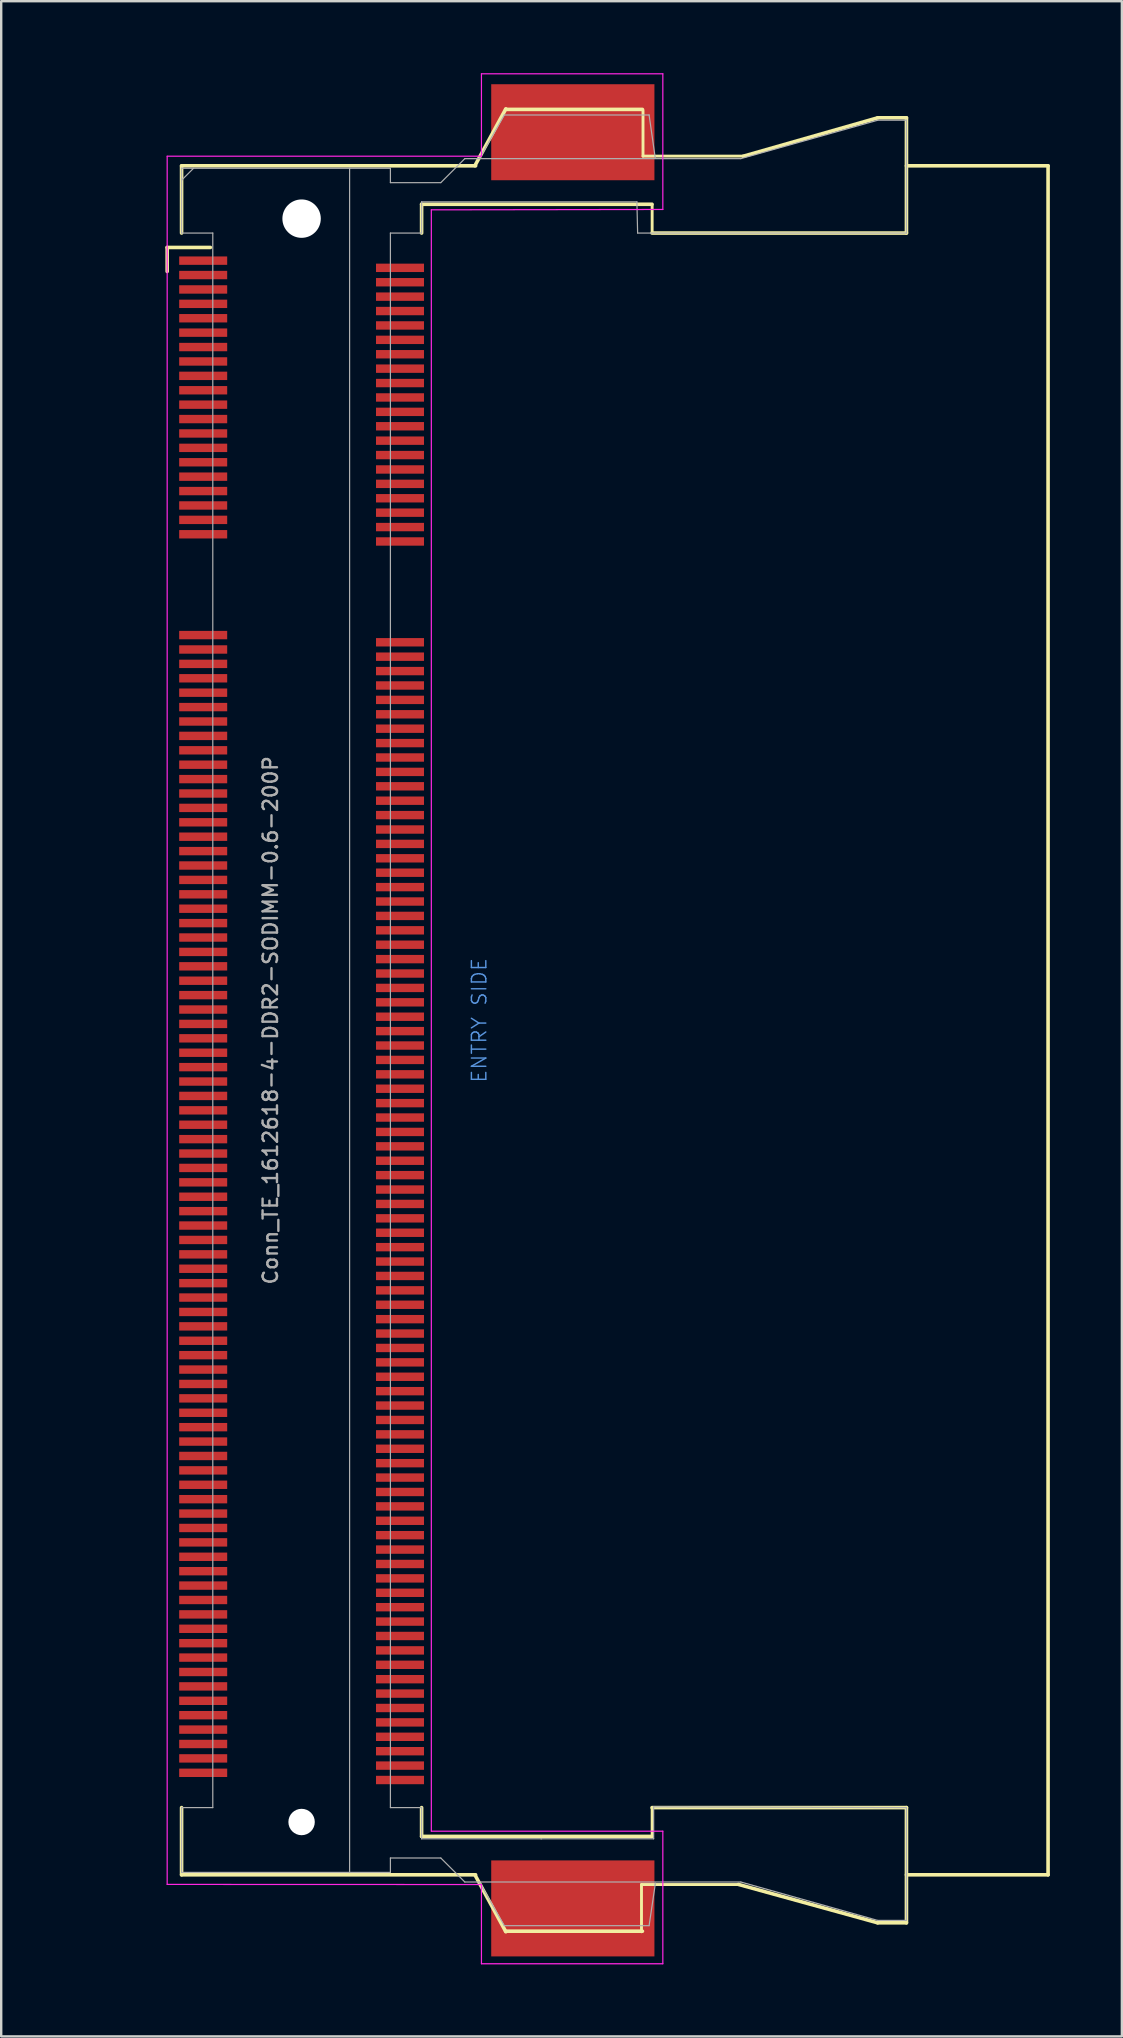
<source format=kicad_pcb>
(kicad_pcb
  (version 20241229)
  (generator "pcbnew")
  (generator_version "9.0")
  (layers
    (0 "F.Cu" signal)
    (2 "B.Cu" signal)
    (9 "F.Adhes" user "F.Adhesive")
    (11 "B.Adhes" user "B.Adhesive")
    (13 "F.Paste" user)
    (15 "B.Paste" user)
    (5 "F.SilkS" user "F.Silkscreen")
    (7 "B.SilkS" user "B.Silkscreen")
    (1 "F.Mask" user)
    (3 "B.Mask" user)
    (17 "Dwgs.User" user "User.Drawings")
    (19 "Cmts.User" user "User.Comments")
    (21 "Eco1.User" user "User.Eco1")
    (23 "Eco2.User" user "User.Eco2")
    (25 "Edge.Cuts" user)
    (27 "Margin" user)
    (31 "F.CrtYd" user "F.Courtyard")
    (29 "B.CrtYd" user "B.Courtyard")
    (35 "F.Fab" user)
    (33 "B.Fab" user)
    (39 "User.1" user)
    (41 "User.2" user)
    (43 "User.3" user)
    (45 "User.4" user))
  (footprint "Conn_TE_1612618-4-DDR2-SODIMM-0.6-200P"
    (layer "F.Cu")
    (at 9.515 39.459)
    (property "Reference" "Conn_TE_1612618-4-DDR2-SODIMM-0.6-200P" (at -1.298 0 90) (layer "F.Fab") (effects (font (size 0.6 0.6) (thickness 0.1))))
    (attr through_hole)
    (fp_line (start -5.6 -32.2) (end -3.8 -32.2) (stroke (width 0.15) (type solid)) (layer "F.SilkS"))
    (fp_line (start -5.6 -31.2) (end -5.6 -32.2) (stroke (width 0.15) (type solid)) (layer "F.SilkS"))
    (fp_line (start -5 -35.6) (end 7.25 -35.6) (stroke (width 0.15) (type solid)) (layer "F.SilkS"))
    (fp_line (start -5 -32.8) (end -5 -35.6) (stroke (width 0.15) (type solid)) (layer "F.SilkS"))
    (fp_line (start -5 32.8) (end -5 35.6) (stroke (width 0.15) (type solid)) (layer "F.SilkS"))
    (fp_line (start -5 35.6) (end 7.25 35.6) (stroke (width 0.15) (type solid)) (layer "F.SilkS"))
    (fp_line (start 5 -34) (end 14.6 -34) (stroke (width 0.15) (type solid)) (layer "F.SilkS"))
    (fp_line (start 5 -32.8) (end 5 -34) (stroke (width 0.15) (type solid)) (layer "F.SilkS"))
    (fp_line (start 5 34) (end 5 32.8) (stroke (width 0.15) (type solid)) (layer "F.SilkS"))
    (fp_line (start 7.22 -35.605) (end 8.509 -37.973) (stroke (width 0.15) (type solid)) (layer "F.SilkS"))
    (fp_line (start 7.22 35.6) (end 8.509 37.973) (stroke (width 0.15) (type solid)) (layer "F.SilkS"))
    (fp_line (start 8.5 -37.95) (end 14.2 -37.95) (stroke (width 0.15) (type solid)) (layer "F.SilkS"))
    (fp_line (start 8.5 37.95) (end 14.2 37.95) (stroke (width 0.15) (type solid)) (layer "F.SilkS"))
    (fp_line (start 14.161 36.005) (end 14.161 37.973) (stroke (width 0.12) (type solid)) (layer "F.SilkS"))
    (fp_line (start 14.224 -36.005) (end 14.224 -37.91) (stroke (width 0.12) (type solid)) (layer "F.SilkS"))
    (fp_line (start 14.6 -32.8) (end 25.2 -32.8) (stroke (width 0.15) (type solid)) (layer "F.SilkS"))
    (fp_line (start 14.6 32.8) (end 25.2 32.8) (stroke (width 0.15) (type solid)) (layer "F.SilkS"))
    (fp_line (start 14.6 34) (end 5 34) (stroke (width 0.15) (type solid)) (layer "F.SilkS"))
    (fp_line (start 14.605 -33.972) (end 14.605 -32.83) (stroke (width 0.12) (type solid)) (layer "F.SilkS"))
    (fp_line (start 14.605 32.83) (end 14.605 33.972) (stroke (width 0.12) (type solid)) (layer "F.SilkS"))
    (fp_line (start 18.161 36.005) (end 14.161 36.005) (stroke (width 0.12) (type solid)) (layer "F.SilkS"))
    (fp_line (start 18.2 36) (end 24 37.6) (stroke (width 0.15) (type solid)) (layer "F.SilkS"))
    (fp_line (start 18.4 -36) (end 24 -37.6) (stroke (width 0.15) (type solid)) (layer "F.SilkS"))
    (fp_line (start 18.415 -36.005) (end 14.224 -36.005) (stroke (width 0.12) (type solid)) (layer "F.SilkS"))
    (fp_line (start 24 -37.6) (end 25.2 -37.6) (stroke (width 0.15) (type solid)) (layer "F.SilkS"))
    (fp_line (start 24 37.6) (end 25.2 37.6) (stroke (width 0.15) (type solid)) (layer "F.SilkS"))
    (fp_line (start 25.2 -37.6) (end 25.2 -32.8) (stroke (width 0.15) (type solid)) (layer "F.SilkS"))
    (fp_line (start 25.2 -35.6) (end 31.1 -35.6) (stroke (width 0.15) (type solid)) (layer "F.SilkS"))
    (fp_line (start 25.2 35.6) (end 31.1 35.6) (stroke (width 0.15) (type solid)) (layer "F.SilkS"))
    (fp_line (start 25.2 37.6) (end 25.2 32.8) (stroke (width 0.15) (type solid)) (layer "F.SilkS"))
    (fp_line (start 31.1 -35.6) (end 31.1 35.6) (stroke (width 0.15) (type solid)) (layer "F.SilkS"))
    (fp_line (start -5.6 -36) (end -5.6 36) (stroke (width 0.05) (type solid)) (layer "F.CrtYd"))
    (fp_line (start -5.6 -36) (end 7.493 -36) (stroke (width 0.05) (type solid)) (layer "F.CrtYd"))
    (fp_line (start -5.6 36) (end 7.493 36.005) (stroke (width 0.05) (type solid)) (layer "F.CrtYd"))
    (fp_line (start 5.405 -33.767) (end 5.405 33.782) (stroke (width 0.05) (type solid)) (layer "F.CrtYd"))
    (fp_line (start 5.405 33.782) (end 15.05 33.782) (stroke (width 0.05) (type solid)) (layer "F.CrtYd"))
    (fp_line (start 7.493 -39.434) (end 7.493 -36) (stroke (width 0.05) (type solid)) (layer "F.CrtYd"))
    (fp_line (start 7.493 36.005) (end 7.493 39.306) (stroke (width 0.05) (type solid)) (layer "F.CrtYd"))
    (fp_line (start 7.493 39.306) (end 15.05 39.306) (stroke (width 0.05) (type solid)) (layer "F.CrtYd"))
    (fp_line (start 15.05 -39.434) (end 7.493 -39.434) (stroke (width 0.05) (type solid)) (layer "F.CrtYd"))
    (fp_line (start 15.05 -33.782) (end 5.405 -33.767) (stroke (width 0.05) (type solid)) (layer "F.CrtYd"))
    (fp_line (start 15.05 -33.782) (end 15.05 -39.434) (stroke (width 0.05) (type solid)) (layer "F.CrtYd"))
    (fp_line (start 15.05 33.782) (end 15.05 39.306) (stroke (width 0.05) (type solid)) (layer "F.CrtYd"))
    (fp_line (start -5 -35.5) (end -5 -32.8) (stroke (width 0.05) (type solid)) (layer "F.Fab"))
    (fp_line (start -5 -35.5) (end 2 -35.5) (stroke (width 0.05) (type solid)) (layer "F.Fab"))
    (fp_line (start -5 -35) (end -4.5 -35.5) (stroke (width 0.05) (type solid)) (layer "F.Fab"))
    (fp_line (start -5 -32.8) (end -3.7 -32.8) (stroke (width 0.05) (type solid)) (layer "F.Fab"))
    (fp_line (start -5 32.8) (end -3.7 32.8) (stroke (width 0.05) (type solid)) (layer "F.Fab"))
    (fp_line (start -5 35.5) (end -5 32.8) (stroke (width 0.05) (type solid)) (layer "F.Fab"))
    (fp_line (start -3.7 32.8) (end -3.7 -32.8) (stroke (width 0.05) (type solid)) (layer "F.Fab"))
    (fp_line (start 2 -35.5) (end 2 35.5) (stroke (width 0.05) (type solid)) (layer "F.Fab"))
    (fp_line (start 2 35.5) (end -5 35.5) (stroke (width 0.05) (type solid)) (layer "F.Fab"))
    (fp_line (start 3.7 -35.5) (end 2 -35.5) (stroke (width 0.05) (type solid)) (layer "F.Fab"))
    (fp_line (start 3.7 -35.5) (end 3.7 -34.9) (stroke (width 0.05) (type solid)) (layer "F.Fab"))
    (fp_line (start 3.7 -32.8) (end 3.7 32.8) (stroke (width 0.05) (type solid)) (layer "F.Fab"))
    (fp_line (start 3.7 -32.8) (end 5 -32.8) (stroke (width 0.05) (type solid)) (layer "F.Fab"))
    (fp_line (start 3.7 34.9) (end 3.7 35.5) (stroke (width 0.05) (type solid)) (layer "F.Fab"))
    (fp_line (start 3.7 34.9) (end 5.8 34.9) (stroke (width 0.05) (type solid)) (layer "F.Fab"))
    (fp_line (start 3.7 35.5) (end 2 35.5) (stroke (width 0.05) (type solid)) (layer "F.Fab"))
    (fp_line (start 5 -34.1) (end 13.97 -34.099) (stroke (width 0.05) (type solid)) (layer "F.Fab"))
    (fp_line (start 5 -32.8) (end 5 -34.1) (stroke (width 0.05) (type solid)) (layer "F.Fab"))
    (fp_line (start 5 32.8) (end 3.7 32.8) (stroke (width 0.05) (type solid)) (layer "F.Fab"))
    (fp_line (start 5 34.1) (end 5 32.8) (stroke (width 0.05) (type solid)) (layer "F.Fab"))
    (fp_line (start 5 34.1) (end 10 34.1) (stroke (width 0.05) (type solid)) (layer "F.Fab"))
    (fp_line (start 5.8 -34.9) (end 3.7 -34.9) (stroke (width 0.05) (type solid)) (layer "F.Fab"))
    (fp_line (start 5.8 -34.9) (end 6.8 -35.9) (stroke (width 0.05) (type solid)) (layer "F.Fab"))
    (fp_line (start 5.8 34.9) (end 6.8 35.9) (stroke (width 0.05) (type solid)) (layer "F.Fab"))
    (fp_line (start 6.8 -35.9) (end 18.3 -35.9) (stroke (width 0.05) (type solid)) (layer "F.Fab"))
    (fp_line (start 7.429 -35.941) (end 8.445 -37.719) (stroke (width 0.05) (type solid)) (layer "F.Fab"))
    (fp_line (start 7.429 35.941) (end 8.445 37.719) (stroke (width 0.05) (type solid)) (layer "F.Fab"))
    (fp_line (start 8.445 -37.719) (end 14.478 -37.719) (stroke (width 0.05) (type solid)) (layer "F.Fab"))
    (fp_line (start 8.445 37.719) (end 14.478 37.719) (stroke (width 0.05) (type solid)) (layer "F.Fab"))
    (fp_line (start 9.97 34.099) (end 14.668 34.099) (stroke (width 0.05) (type solid)) (layer "F.Fab"))
    (fp_line (start 13.97 -34.099) (end 14 -32.8) (stroke (width 0.05) (type solid)) (layer "F.Fab"))
    (fp_line (start 14 -32.8) (end 25.2 -32.8) (stroke (width 0.05) (type solid)) (layer "F.Fab"))
    (fp_line (start 14.478 -37.719) (end 14.732 -35.941) (stroke (width 0.05) (type solid)) (layer "F.Fab"))
    (fp_line (start 14.478 37.719) (end 14.732 36.005) (stroke (width 0.05) (type solid)) (layer "F.Fab"))
    (fp_line (start 14.668 32.766) (end 25.2 32.8) (stroke (width 0.05) (type solid)) (layer "F.Fab"))
    (fp_line (start 14.668 34.099) (end 14.668 32.766) (stroke (width 0.05) (type solid)) (layer "F.Fab"))
    (fp_line (start 14.732 36.005) (end 14.732 35.941) (stroke (width 0.05) (type solid)) (layer "F.Fab"))
    (fp_line (start 18.3 35.9) (end 6.8 35.9) (stroke (width 0.05) (type solid)) (layer "F.Fab"))
    (fp_line (start 18.3 35.9) (end 24 37.5) (stroke (width 0.05) (type solid)) (layer "F.Fab"))
    (fp_line (start 24 -37.5) (end 18.3 -35.9) (stroke (width 0.05) (type solid)) (layer "F.Fab"))
    (fp_line (start 25.2 -37.5) (end 24 -37.5) (stroke (width 0.05) (type solid)) (layer "F.Fab"))
    (fp_line (start 25.2 -32.8) (end 25.2 -37.5) (stroke (width 0.05) (type solid)) (layer "F.Fab"))
    (fp_line (start 25.2 37.5) (end 24 37.5) (stroke (width 0.05) (type solid)) (layer "F.Fab"))
    (fp_line (start 25.2 37.5) (end 25.2 32.8) (stroke (width 0.05) (type solid)) (layer "F.Fab"))
    (fp_text user "ENTRY SIDE" (at 7.4 0 90) (layer "Cmts.User") (effects (font (size 0.6 0.6) (thickness 0.06))))
    (fp_text user "${REFERENCE}" (at -4 -35 0) (layer "Eco1.User") (effects (font (size 0.3 0.3) (thickness 0.03))))
    (pad "" np_thru_hole circle (at 0 -33.4) (size 1.6 1.6) (drill 1.6) (layers "*.Cu"))
    (pad "" np_thru_hole circle (at 0 33.4) (size 1.1 1.1) (drill 1.1) (layers "*.Cu"))
    (pad "" smd rect (at 11.3 -37) (size 6.8 4) (layers "F.Cu" "F.Mask" "F.Paste"))
    (pad "" smd rect (at 11.3 37) (size 6.8 4) (layers "F.Cu" "F.Mask" "F.Paste"))
    (pad "1" smd rect (at -4.1 -31.65) (size 2 0.35) (layers "F.Cu" "F.Mask" "F.Paste"))
    (pad "2" smd rect (at 4.1 -31.35) (size 2 0.35) (layers "F.Cu" "F.Mask" "F.Paste"))
    (pad "3" smd rect (at -4.1 -31.05) (size 2 0.35) (layers "F.Cu" "F.Mask" "F.Paste"))
    (pad "4" smd rect (at 4.1 -30.75) (size 2 0.35) (layers "F.Cu" "F.Mask" "F.Paste"))
    (pad "5" smd rect (at -4.1 -30.45) (size 2 0.35) (layers "F.Cu" "F.Mask" "F.Paste"))
    (pad "6" smd rect (at 4.1 -30.15) (size 2 0.35) (layers "F.Cu" "F.Mask" "F.Paste"))
    (pad "7" smd rect (at -4.1 -29.85) (size 2 0.35) (layers "F.Cu" "F.Mask" "F.Paste"))
    (pad "8" smd rect (at 4.1 -29.55) (size 2 0.35) (layers "F.Cu" "F.Mask" "F.Paste"))
    (pad "9" smd rect (at -4.1 -29.25) (size 2 0.35) (layers "F.Cu" "F.Mask" "F.Paste"))
    (pad "10" smd rect (at 4.1 -28.95) (size 2 0.35) (layers "F.Cu" "F.Mask" "F.Paste"))
    (pad "11" smd rect (at -4.1 -28.65) (size 2 0.35) (layers "F.Cu" "F.Mask" "F.Paste"))
    (pad "12" smd rect (at 4.1 -28.35) (size 2 0.35) (layers "F.Cu" "F.Mask" "F.Paste"))
    (pad "13" smd rect (at -4.1 -28.05) (size 2 0.35) (layers "F.Cu" "F.Mask" "F.Paste"))
    (pad "14" smd rect (at 4.1 -27.75) (size 2 0.35) (layers "F.Cu" "F.Mask" "F.Paste"))
    (pad "15" smd rect (at -4.1 -27.45) (size 2 0.35) (layers "F.Cu" "F.Mask" "F.Paste"))
    (pad "16" smd rect (at 4.1 -27.15) (size 2 0.35) (layers "F.Cu" "F.Mask" "F.Paste"))
    (pad "17" smd rect (at -4.1 -26.85) (size 2 0.35) (layers "F.Cu" "F.Mask" "F.Paste"))
    (pad "18" smd rect (at 4.1 -26.55) (size 2 0.35) (layers "F.Cu" "F.Mask" "F.Paste"))
    (pad "19" smd rect (at -4.1 -26.25) (size 2 0.35) (layers "F.Cu" "F.Mask" "F.Paste"))
    (pad "20" smd rect (at 4.1 -25.95) (size 2 0.35) (layers "F.Cu" "F.Mask" "F.Paste"))
    (pad "21" smd rect (at -4.1 -25.65) (size 2 0.35) (layers "F.Cu" "F.Mask" "F.Paste"))
    (pad "22" smd rect (at 4.1 -25.35) (size 2 0.35) (layers "F.Cu" "F.Mask" "F.Paste"))
    (pad "23" smd rect (at -4.1 -25.05) (size 2 0.35) (layers "F.Cu" "F.Mask" "F.Paste"))
    (pad "24" smd rect (at 4.1 -24.75) (size 2 0.35) (layers "F.Cu" "F.Mask" "F.Paste"))
    (pad "25" smd rect (at -4.1 -24.45) (size 2 0.35) (layers "F.Cu" "F.Mask" "F.Paste"))
    (pad "26" smd rect (at 4.1 -24.15) (size 2 0.35) (layers "F.Cu" "F.Mask" "F.Paste"))
    (pad "27" smd rect (at -4.1 -23.85) (size 2 0.35) (layers "F.Cu" "F.Mask" "F.Paste"))
    (pad "28" smd rect (at 4.1 -23.55) (size 2 0.35) (layers "F.Cu" "F.Mask" "F.Paste"))
    (pad "29" smd rect (at -4.1 -23.25) (size 2 0.35) (layers "F.Cu" "F.Mask" "F.Paste"))
    (pad "30" smd rect (at 4.1 -22.95) (size 2 0.35) (layers "F.Cu" "F.Mask" "F.Paste"))
    (pad "31" smd rect (at -4.1 -22.65) (size 2 0.35) (layers "F.Cu" "F.Mask" "F.Paste"))
    (pad "32" smd rect (at 4.1 -22.35) (size 2 0.35) (layers "F.Cu" "F.Mask" "F.Paste"))
    (pad "33" smd rect (at -4.1 -22.05) (size 2 0.35) (layers "F.Cu" "F.Mask" "F.Paste"))
    (pad "34" smd rect (at 4.1 -21.75) (size 2 0.35) (layers "F.Cu" "F.Mask" "F.Paste"))
    (pad "35" smd rect (at -4.1 -21.45) (size 2 0.35) (layers "F.Cu" "F.Mask" "F.Paste"))
    (pad "36" smd rect (at 4.1 -21.15) (size 2 0.35) (layers "F.Cu" "F.Mask" "F.Paste"))
    (pad "37" smd rect (at -4.1 -20.85) (size 2 0.35) (layers "F.Cu" "F.Mask" "F.Paste"))
    (pad "38" smd rect (at 4.1 -20.55) (size 2 0.35) (layers "F.Cu" "F.Mask" "F.Paste"))
    (pad "39" smd rect (at -4.1 -20.25) (size 2 0.35) (layers "F.Cu" "F.Mask" "F.Paste"))
    (pad "40" smd rect (at 4.1 -19.95) (size 2 0.35) (layers "F.Cu" "F.Mask" "F.Paste"))
    (pad "41" smd rect (at -4.1 -16.05) (size 2 0.35) (layers "F.Cu" "F.Mask" "F.Paste"))
    (pad "42" smd rect (at 4.1 -15.75) (size 2 0.35) (layers "F.Cu" "F.Mask" "F.Paste"))
    (pad "43" smd rect (at -4.1 -15.45) (size 2 0.35) (layers "F.Cu" "F.Mask" "F.Paste"))
    (pad "44" smd rect (at 4.1 -15.15) (size 2 0.35) (layers "F.Cu" "F.Mask" "F.Paste"))
    (pad "45" smd rect (at -4.1 -14.85) (size 2 0.35) (layers "F.Cu" "F.Mask" "F.Paste"))
    (pad "46" smd rect (at 4.1 -14.55) (size 2 0.35) (layers "F.Cu" "F.Mask" "F.Paste"))
    (pad "47" smd rect (at -4.1 -14.25) (size 2 0.35) (layers "F.Cu" "F.Mask" "F.Paste"))
    (pad "48" smd rect (at 4.1 -13.95) (size 2 0.35) (layers "F.Cu" "F.Mask" "F.Paste"))
    (pad "49" smd rect (at -4.1 -13.65) (size 2 0.35) (layers "F.Cu" "F.Mask" "F.Paste"))
    (pad "50" smd rect (at 4.1 -13.35) (size 2 0.35) (layers "F.Cu" "F.Mask" "F.Paste"))
    (pad "51" smd rect (at -4.1 -13.05) (size 2 0.35) (layers "F.Cu" "F.Mask" "F.Paste"))
    (pad "52" smd rect (at 4.1 -12.75) (size 2 0.35) (layers "F.Cu" "F.Mask" "F.Paste"))
    (pad "53" smd rect (at -4.1 -12.45) (size 2 0.35) (layers "F.Cu" "F.Mask" "F.Paste"))
    (pad "54" smd rect (at 4.1 -12.15) (size 2 0.35) (layers "F.Cu" "F.Mask" "F.Paste"))
    (pad "55" smd rect (at -4.1 -11.85) (size 2 0.35) (layers "F.Cu" "F.Mask" "F.Paste"))
    (pad "56" smd rect (at 4.1 -11.55) (size 2 0.35) (layers "F.Cu" "F.Mask" "F.Paste"))
    (pad "57" smd rect (at -4.1 -11.25) (size 2 0.35) (layers "F.Cu" "F.Mask" "F.Paste"))
    (pad "58" smd rect (at 4.1 -10.95) (size 2 0.35) (layers "F.Cu" "F.Mask" "F.Paste"))
    (pad "59" smd rect (at -4.1 -10.65) (size 2 0.35) (layers "F.Cu" "F.Mask" "F.Paste"))
    (pad "60" smd rect (at 4.1 -10.35) (size 2 0.35) (layers "F.Cu" "F.Mask" "F.Paste"))
    (pad "61" smd rect (at -4.1 -10.05) (size 2 0.35) (layers "F.Cu" "F.Mask" "F.Paste"))
    (pad "62" smd rect (at 4.1 -9.75) (size 2 0.35) (layers "F.Cu" "F.Mask" "F.Paste"))
    (pad "63" smd rect (at -4.1 -9.45) (size 2 0.35) (layers "F.Cu" "F.Mask" "F.Paste"))
    (pad "64" smd rect (at 4.1 -9.15) (size 2 0.35) (layers "F.Cu" "F.Mask" "F.Paste"))
    (pad "65" smd rect (at -4.1 -8.85) (size 2 0.35) (layers "F.Cu" "F.Mask" "F.Paste"))
    (pad "66" smd rect (at 4.1 -8.55) (size 2 0.35) (layers "F.Cu" "F.Mask" "F.Paste"))
    (pad "67" smd rect (at -4.1 -8.25) (size 2 0.35) (layers "F.Cu" "F.Mask" "F.Paste"))
    (pad "68" smd rect (at 4.1 -7.95) (size 2 0.35) (layers "F.Cu" "F.Mask" "F.Paste"))
    (pad "69" smd rect (at -4.1 -7.65) (size 2 0.35) (layers "F.Cu" "F.Mask" "F.Paste"))
    (pad "70" smd rect (at 4.1 -7.35) (size 2 0.35) (layers "F.Cu" "F.Mask" "F.Paste"))
    (pad "71" smd rect (at -4.1 -7.05) (size 2 0.35) (layers "F.Cu" "F.Mask" "F.Paste"))
    (pad "72" smd rect (at 4.1 -6.75) (size 2 0.35) (layers "F.Cu" "F.Mask" "F.Paste"))
    (pad "73" smd rect (at -4.1 -6.45) (size 2 0.35) (layers "F.Cu" "F.Mask" "F.Paste"))
    (pad "74" smd rect (at 4.1 -6.15) (size 2 0.35) (layers "F.Cu" "F.Mask" "F.Paste"))
    (pad "75" smd rect (at -4.1 -5.85) (size 2 0.35) (layers "F.Cu" "F.Mask" "F.Paste"))
    (pad "76" smd rect (at 4.1 -5.55) (size 2 0.35) (layers "F.Cu" "F.Mask" "F.Paste"))
    (pad "77" smd rect (at -4.1 -5.25) (size 2 0.35) (layers "F.Cu" "F.Mask" "F.Paste"))
    (pad "78" smd rect (at 4.1 -4.95) (size 2 0.35) (layers "F.Cu" "F.Mask" "F.Paste"))
    (pad "79" smd rect (at -4.1 -4.65) (size 2 0.35) (layers "F.Cu" "F.Mask" "F.Paste"))
    (pad "80" smd rect (at 4.1 -4.35) (size 2 0.35) (layers "F.Cu" "F.Mask" "F.Paste"))
    (pad "81" smd rect (at -4.1 -4.05) (size 2 0.35) (layers "F.Cu" "F.Mask" "F.Paste"))
    (pad "82" smd rect (at 4.1 -3.75) (size 2 0.35) (layers "F.Cu" "F.Mask" "F.Paste"))
    (pad "83" smd rect (at -4.1 -3.45) (size 2 0.35) (layers "F.Cu" "F.Mask" "F.Paste"))
    (pad "84" smd rect (at 4.1 -3.15) (size 2 0.35) (layers "F.Cu" "F.Mask" "F.Paste"))
    (pad "85" smd rect (at -4.1 -2.85) (size 2 0.35) (layers "F.Cu" "F.Mask" "F.Paste"))
    (pad "86" smd rect (at 4.1 -2.55) (size 2 0.35) (layers "F.Cu" "F.Mask" "F.Paste"))
    (pad "87" smd rect (at -4.1 -2.25) (size 2 0.35) (layers "F.Cu" "F.Mask" "F.Paste"))
    (pad "88" smd rect (at 4.1 -1.95) (size 2 0.35) (layers "F.Cu" "F.Mask" "F.Paste"))
    (pad "89" smd rect (at -4.1 -1.65) (size 2 0.35) (layers "F.Cu" "F.Mask" "F.Paste"))
    (pad "90" smd rect (at 4.1 -1.35) (size 2 0.35) (layers "F.Cu" "F.Mask" "F.Paste"))
    (pad "91" smd rect (at -4.1 -1.05) (size 2 0.35) (layers "F.Cu" "F.Mask" "F.Paste"))
    (pad "92" smd rect (at 4.1 -0.75) (size 2 0.35) (layers "F.Cu" "F.Mask" "F.Paste"))
    (pad "93" smd rect (at -4.1 -0.45) (size 2 0.35) (layers "F.Cu" "F.Mask" "F.Paste"))
    (pad "94" smd rect (at 4.1 -0.15) (size 2 0.35) (layers "F.Cu" "F.Mask" "F.Paste"))
    (pad "95" smd rect (at -4.1 0.15) (size 2 0.35) (layers "F.Cu" "F.Mask" "F.Paste"))
    (pad "96" smd rect (at 4.1 0.45) (size 2 0.35) (layers "F.Cu" "F.Mask" "F.Paste"))
    (pad "97" smd rect (at -4.1 0.75) (size 2 0.35) (layers "F.Cu" "F.Mask" "F.Paste"))
    (pad "98" smd rect (at 4.1 1.05) (size 2 0.35) (layers "F.Cu" "F.Mask" "F.Paste"))
    (pad "99" smd rect (at -4.1 1.35) (size 2 0.35) (layers "F.Cu" "F.Mask" "F.Paste"))
    (pad "100" smd rect (at 4.1 1.65) (size 2 0.35) (layers "F.Cu" "F.Mask" "F.Paste"))
    (pad "101" smd rect (at -4.1 1.95) (size 2 0.35) (layers "F.Cu" "F.Mask" "F.Paste"))
    (pad "102" smd rect (at 4.1 2.25) (size 2 0.35) (layers "F.Cu" "F.Mask" "F.Paste"))
    (pad "103" smd rect (at -4.1 2.55) (size 2 0.35) (layers "F.Cu" "F.Mask" "F.Paste"))
    (pad "104" smd rect (at 4.1 2.85) (size 2 0.35) (layers "F.Cu" "F.Mask" "F.Paste"))
    (pad "105" smd rect (at -4.1 3.15) (size 2 0.35) (layers "F.Cu" "F.Mask" "F.Paste"))
    (pad "106" smd rect (at 4.1 3.45) (size 2 0.35) (layers "F.Cu" "F.Mask" "F.Paste"))
    (pad "107" smd rect (at -4.1 3.75) (size 2 0.35) (layers "F.Cu" "F.Mask" "F.Paste"))
    (pad "108" smd rect (at 4.1 4.05) (size 2 0.35) (layers "F.Cu" "F.Mask" "F.Paste"))
    (pad "109" smd rect (at -4.1 4.35) (size 2 0.35) (layers "F.Cu" "F.Mask" "F.Paste"))
    (pad "110" smd rect (at 4.1 4.65) (size 2 0.35) (layers "F.Cu" "F.Mask" "F.Paste"))
    (pad "111" smd rect (at -4.1 4.95) (size 2 0.35) (layers "F.Cu" "F.Mask" "F.Paste"))
    (pad "112" smd rect (at 4.1 5.25) (size 2 0.35) (layers "F.Cu" "F.Mask" "F.Paste"))
    (pad "113" smd rect (at -4.1 5.55) (size 2 0.35) (layers "F.Cu" "F.Mask" "F.Paste"))
    (pad "114" smd rect (at 4.1 5.85) (size 2 0.35) (layers "F.Cu" "F.Mask" "F.Paste"))
    (pad "115" smd rect (at -4.1 6.15) (size 2 0.35) (layers "F.Cu" "F.Mask" "F.Paste"))
    (pad "116" smd rect (at 4.1 6.45) (size 2 0.35) (layers "F.Cu" "F.Mask" "F.Paste"))
    (pad "117" smd rect (at -4.1 6.75) (size 2 0.35) (layers "F.Cu" "F.Mask" "F.Paste"))
    (pad "118" smd rect (at 4.1 7.05) (size 2 0.35) (layers "F.Cu" "F.Mask" "F.Paste"))
    (pad "119" smd rect (at -4.1 7.35) (size 2 0.35) (layers "F.Cu" "F.Mask" "F.Paste"))
    (pad "120" smd rect (at 4.1 7.65) (size 2 0.35) (layers "F.Cu" "F.Mask" "F.Paste"))
    (pad "121" smd rect (at -4.1 7.95) (size 2 0.35) (layers "F.Cu" "F.Mask" "F.Paste"))
    (pad "122" smd rect (at 4.1 8.25) (size 2 0.35) (layers "F.Cu" "F.Mask" "F.Paste"))
    (pad "123" smd rect (at -4.1 8.55) (size 2 0.35) (layers "F.Cu" "F.Mask" "F.Paste"))
    (pad "124" smd rect (at 4.1 8.85) (size 2 0.35) (layers "F.Cu" "F.Mask" "F.Paste"))
    (pad "125" smd rect (at -4.1 9.15) (size 2 0.35) (layers "F.Cu" "F.Mask" "F.Paste"))
    (pad "126" smd rect (at 4.1 9.45) (size 2 0.35) (layers "F.Cu" "F.Mask" "F.Paste"))
    (pad "127" smd rect (at -4.1 9.75) (size 2 0.35) (layers "F.Cu" "F.Mask" "F.Paste"))
    (pad "128" smd rect (at 4.1 10.05) (size 2 0.35) (layers "F.Cu" "F.Mask" "F.Paste"))
    (pad "129" smd rect (at -4.1 10.35) (size 2 0.35) (layers "F.Cu" "F.Mask" "F.Paste"))
    (pad "130" smd rect (at 4.1 10.65) (size 2 0.35) (layers "F.Cu" "F.Mask" "F.Paste"))
    (pad "131" smd rect (at -4.1 10.95) (size 2 0.35) (layers "F.Cu" "F.Mask" "F.Paste"))
    (pad "132" smd rect (at 4.1 11.25) (size 2 0.35) (layers "F.Cu" "F.Mask" "F.Paste"))
    (pad "133" smd rect (at -4.1 11.55) (size 2 0.35) (layers "F.Cu" "F.Mask" "F.Paste"))
    (pad "134" smd rect (at 4.1 11.85) (size 2 0.35) (layers "F.Cu" "F.Mask" "F.Paste"))
    (pad "135" smd rect (at -4.1 12.15) (size 2 0.35) (layers "F.Cu" "F.Mask" "F.Paste"))
    (pad "136" smd rect (at 4.1 12.45) (size 2 0.35) (layers "F.Cu" "F.Mask" "F.Paste"))
    (pad "137" smd rect (at -4.1 12.75) (size 2 0.35) (layers "F.Cu" "F.Mask" "F.Paste"))
    (pad "138" smd rect (at 4.1 13.05) (size 2 0.35) (layers "F.Cu" "F.Mask" "F.Paste"))
    (pad "139" smd rect (at -4.1 13.35) (size 2 0.35) (layers "F.Cu" "F.Mask" "F.Paste"))
    (pad "140" smd rect (at 4.1 13.65) (size 2 0.35) (layers "F.Cu" "F.Mask" "F.Paste"))
    (pad "141" smd rect (at -4.1 13.95) (size 2 0.35) (layers "F.Cu" "F.Mask" "F.Paste"))
    (pad "142" smd rect (at 4.1 14.25) (size 2 0.35) (layers "F.Cu" "F.Mask" "F.Paste"))
    (pad "143" smd rect (at -4.1 14.55) (size 2 0.35) (layers "F.Cu" "F.Mask" "F.Paste"))
    (pad "144" smd rect (at 4.1 14.85) (size 2 0.35) (layers "F.Cu" "F.Mask" "F.Paste"))
    (pad "145" smd rect (at -4.1 15.15) (size 2 0.35) (layers "F.Cu" "F.Mask" "F.Paste"))
    (pad "146" smd rect (at 4.1 15.45) (size 2 0.35) (layers "F.Cu" "F.Mask" "F.Paste"))
    (pad "147" smd rect (at -4.1 15.75) (size 2 0.35) (layers "F.Cu" "F.Mask" "F.Paste"))
    (pad "148" smd rect (at 4.1 16.05) (size 2 0.35) (layers "F.Cu" "F.Mask" "F.Paste"))
    (pad "149" smd rect (at -4.1 16.35) (size 2 0.35) (layers "F.Cu" "F.Mask" "F.Paste"))
    (pad "150" smd rect (at 4.1 16.65) (size 2 0.35) (layers "F.Cu" "F.Mask" "F.Paste"))
    (pad "151" smd rect (at -4.1 16.95) (size 2 0.35) (layers "F.Cu" "F.Mask" "F.Paste"))
    (pad "152" smd rect (at 4.1 17.25) (size 2 0.35) (layers "F.Cu" "F.Mask" "F.Paste"))
    (pad "153" smd rect (at -4.1 17.55) (size 2 0.35) (layers "F.Cu" "F.Mask" "F.Paste"))
    (pad "154" smd rect (at 4.1 17.85) (size 2 0.35) (layers "F.Cu" "F.Mask" "F.Paste"))
    (pad "155" smd rect (at -4.1 18.15) (size 2 0.35) (layers "F.Cu" "F.Mask" "F.Paste"))
    (pad "156" smd rect (at 4.1 18.45) (size 2 0.35) (layers "F.Cu" "F.Mask" "F.Paste"))
    (pad "157" smd rect (at -4.1 18.75) (size 2 0.35) (layers "F.Cu" "F.Mask" "F.Paste"))
    (pad "158" smd rect (at 4.1 19.05) (size 2 0.35) (layers "F.Cu" "F.Mask" "F.Paste"))
    (pad "159" smd rect (at -4.1 19.35) (size 2 0.35) (layers "F.Cu" "F.Mask" "F.Paste"))
    (pad "160" smd rect (at 4.1 19.65) (size 2 0.35) (layers "F.Cu" "F.Mask" "F.Paste"))
    (pad "161" smd rect (at -4.1 19.95) (size 2 0.35) (layers "F.Cu" "F.Mask" "F.Paste"))
    (pad "162" smd rect (at 4.1 20.25) (size 2 0.35) (layers "F.Cu" "F.Mask" "F.Paste"))
    (pad "163" smd rect (at -4.1 20.55) (size 2 0.35) (layers "F.Cu" "F.Mask" "F.Paste"))
    (pad "164" smd rect (at 4.1 20.85) (size 2 0.35) (layers "F.Cu" "F.Mask" "F.Paste"))
    (pad "165" smd rect (at -4.1 21.15) (size 2 0.35) (layers "F.Cu" "F.Mask" "F.Paste"))
    (pad "166" smd rect (at 4.1 21.45) (size 2 0.35) (layers "F.Cu" "F.Mask" "F.Paste"))
    (pad "167" smd rect (at -4.1 21.75) (size 2 0.35) (layers "F.Cu" "F.Mask" "F.Paste"))
    (pad "168" smd rect (at 4.1 22.05) (size 2 0.35) (layers "F.Cu" "F.Mask" "F.Paste"))
    (pad "169" smd rect (at -4.1 22.35) (size 2 0.35) (layers "F.Cu" "F.Mask" "F.Paste"))
    (pad "170" smd rect (at 4.1 22.65) (size 2 0.35) (layers "F.Cu" "F.Mask" "F.Paste"))
    (pad "171" smd rect (at -4.1 22.95) (size 2 0.35) (layers "F.Cu" "F.Mask" "F.Paste"))
    (pad "172" smd rect (at 4.1 23.25) (size 2 0.35) (layers "F.Cu" "F.Mask" "F.Paste"))
    (pad "173" smd rect (at -4.1 23.55) (size 2 0.35) (layers "F.Cu" "F.Mask" "F.Paste"))
    (pad "174" smd rect (at 4.1 23.85) (size 2 0.35) (layers "F.Cu" "F.Mask" "F.Paste"))
    (pad "175" smd rect (at -4.1 24.15) (size 2 0.35) (layers "F.Cu" "F.Mask" "F.Paste"))
    (pad "176" smd rect (at 4.1 24.45) (size 2 0.35) (layers "F.Cu" "F.Mask" "F.Paste"))
    (pad "177" smd rect (at -4.1 24.75) (size 2 0.35) (layers "F.Cu" "F.Mask" "F.Paste"))
    (pad "178" smd rect (at 4.1 25.05) (size 2 0.35) (layers "F.Cu" "F.Mask" "F.Paste"))
    (pad "179" smd rect (at -4.1 25.35) (size 2 0.35) (layers "F.Cu" "F.Mask" "F.Paste"))
    (pad "180" smd rect (at 4.1 25.65) (size 2 0.35) (layers "F.Cu" "F.Mask" "F.Paste"))
    (pad "181" smd rect (at -4.1 25.95) (size 2 0.35) (layers "F.Cu" "F.Mask" "F.Paste"))
    (pad "182" smd rect (at 4.1 26.25) (size 2 0.35) (layers "F.Cu" "F.Mask" "F.Paste"))
    (pad "183" smd rect (at -4.1 26.55) (size 2 0.35) (layers "F.Cu" "F.Mask" "F.Paste"))
    (pad "184" smd rect (at 4.1 26.85) (size 2 0.35) (layers "F.Cu" "F.Mask" "F.Paste"))
    (pad "185" smd rect (at -4.1 27.15) (size 2 0.35) (layers "F.Cu" "F.Mask" "F.Paste"))
    (pad "186" smd rect (at 4.1 27.45) (size 2 0.35) (layers "F.Cu" "F.Mask" "F.Paste"))
    (pad "187" smd rect (at -4.1 27.75) (size 2 0.35) (layers "F.Cu" "F.Mask" "F.Paste"))
    (pad "188" smd rect (at 4.1 28.05) (size 2 0.35) (layers "F.Cu" "F.Mask" "F.Paste"))
    (pad "189" smd rect (at -4.1 28.35) (size 2 0.35) (layers "F.Cu" "F.Mask" "F.Paste"))
    (pad "190" smd rect (at 4.1 28.65) (size 2 0.35) (layers "F.Cu" "F.Mask" "F.Paste"))
    (pad "191" smd rect (at -4.1 28.95) (size 2 0.35) (layers "F.Cu" "F.Mask" "F.Paste"))
    (pad "192" smd rect (at 4.1 29.25) (size 2 0.35) (layers "F.Cu" "F.Mask" "F.Paste"))
    (pad "193" smd rect (at -4.1 29.55) (size 2 0.35) (layers "F.Cu" "F.Mask" "F.Paste"))
    (pad "194" smd rect (at 4.1 29.85) (size 2 0.35) (layers "F.Cu" "F.Mask" "F.Paste"))
    (pad "195" smd rect (at -4.1 30.15) (size 2 0.35) (layers "F.Cu" "F.Mask" "F.Paste"))
    (pad "196" smd rect (at 4.1 30.45) (size 2 0.35) (layers "F.Cu" "F.Mask" "F.Paste"))
    (pad "197" smd rect (at -4.1 30.75) (size 2 0.35) (layers "F.Cu" "F.Mask" "F.Paste"))
    (pad "198" smd rect (at 4.1 31.05) (size 2 0.35) (layers "F.Cu" "F.Mask" "F.Paste"))
    (pad "199" smd rect (at -4.1 31.35) (size 2 0.35) (layers "F.Cu" "F.Mask" "F.Paste"))
    (pad "200" smd rect (at 4.1 31.65) (size 2 0.35) (layers "F.Cu" "F.Mask" "F.Paste")))
  (gr_rect
    (start -3 -3)
    (end 43.69 81.79)
    (stroke (width 0.1) (type default))
    (fill no)
    (layer "Edge.Cuts")))
</source>
